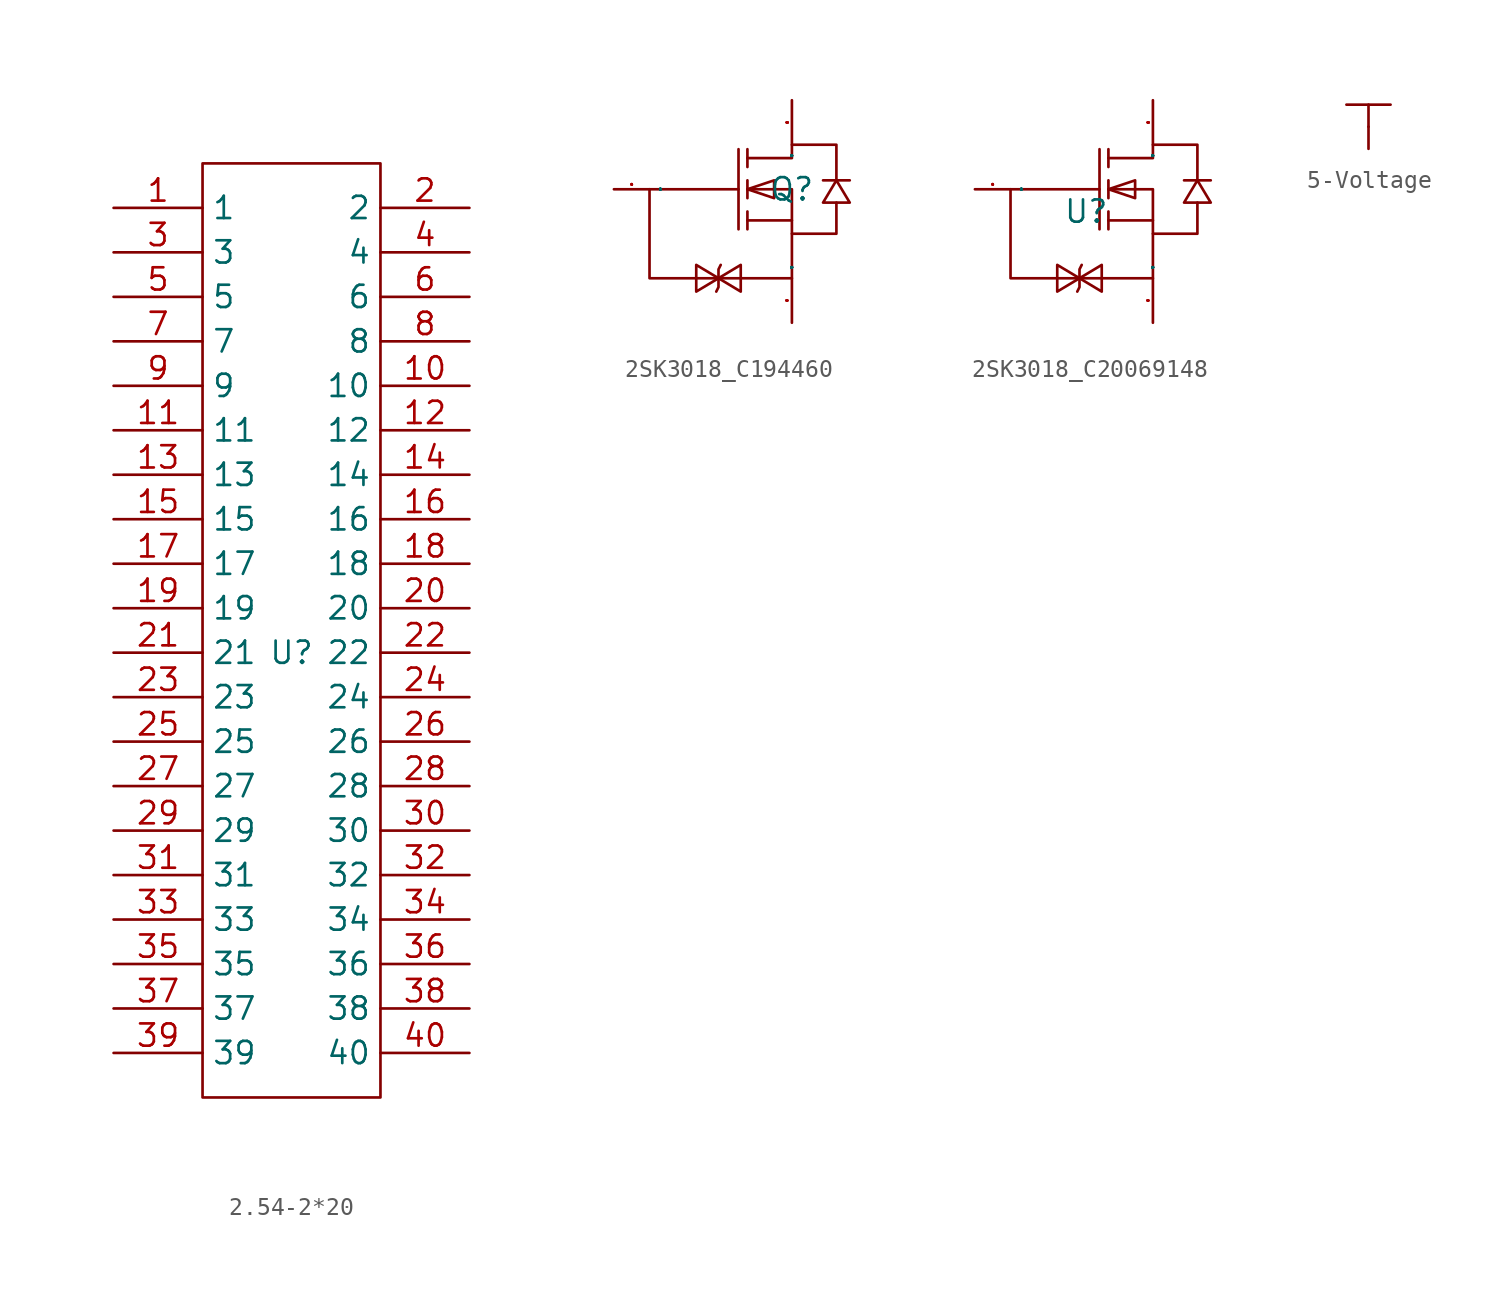
<source format=kicad_sym>
(kicad_symbol_lib
  (version 20241209)
  (generator "kicad_symbol_editor")
  (generator_version "9.0")
  (symbol "2.54-2*20"
    (property "Reference" "U"
      (at 0 0 0)
      (effects (font (size 1.27 1.27))))
    (property "Value" ""
      (at 0 0 0)
      (effects (font (size 1.27 1.27))))
    (symbol "2.54-2*20_1_0"
      (rectangle (start -5.08 -25.4) (end 5.08 27.94) (stroke (width 0) (type default)) (fill (type none)))
      (pin unspecified line (at -10.16 25.4 0) (length 5.08) (name "1" (effects (font (size 1.27 1.27)))) (number "1" (effects (font (size 1.27 1.27)))))
      (pin unspecified line (at -10.16 22.86 0) (length 5.08) (name "3" (effects (font (size 1.27 1.27)))) (number "3" (effects (font (size 1.27 1.27)))))
      (pin unspecified line (at -10.16 20.32 0) (length 5.08) (name "5" (effects (font (size 1.27 1.27)))) (number "5" (effects (font (size 1.27 1.27)))))
      (pin unspecified line (at -10.16 17.78 0) (length 5.08) (name "7" (effects (font (size 1.27 1.27)))) (number "7" (effects (font (size 1.27 1.27)))))
      (pin unspecified line (at -10.16 15.24 0) (length 5.08) (name "9" (effects (font (size 1.27 1.27)))) (number "9" (effects (font (size 1.27 1.27)))))
      (pin unspecified line (at -10.16 12.7 0) (length 5.08) (name "11" (effects (font (size 1.27 1.27)))) (number "11" (effects (font (size 1.27 1.27)))))
      (pin unspecified line (at -10.16 10.16 0) (length 5.08) (name "13" (effects (font (size 1.27 1.27)))) (number "13" (effects (font (size 1.27 1.27)))))
      (pin unspecified line (at -10.16 7.62 0) (length 5.08) (name "15" (effects (font (size 1.27 1.27)))) (number "15" (effects (font (size 1.27 1.27)))))
      (pin unspecified line (at -10.16 5.08 0) (length 5.08) (name "17" (effects (font (size 1.27 1.27)))) (number "17" (effects (font (size 1.27 1.27)))))
      (pin unspecified line (at -10.16 2.54 0) (length 5.08) (name "19" (effects (font (size 1.27 1.27)))) (number "19" (effects (font (size 1.27 1.27)))))
      (pin unspecified line (at -10.16 0 0) (length 5.08) (name "21" (effects (font (size 1.27 1.27)))) (number "21" (effects (font (size 1.27 1.27)))))
      (pin unspecified line (at -10.16 -2.54 0) (length 5.08) (name "23" (effects (font (size 1.27 1.27)))) (number "23" (effects (font (size 1.27 1.27)))))
      (pin unspecified line (at -10.16 -5.08 0) (length 5.08) (name "25" (effects (font (size 1.27 1.27)))) (number "25" (effects (font (size 1.27 1.27)))))
      (pin unspecified line (at -10.16 -7.62 0) (length 5.08) (name "27" (effects (font (size 1.27 1.27)))) (number "27" (effects (font (size 1.27 1.27)))))
      (pin unspecified line (at -10.16 -10.16 0) (length 5.08) (name "29" (effects (font (size 1.27 1.27)))) (number "29" (effects (font (size 1.27 1.27)))))
      (pin unspecified line (at -10.16 -12.7 0) (length 5.08) (name "31" (effects (font (size 1.27 1.27)))) (number "31" (effects (font (size 1.27 1.27)))))
      (pin unspecified line (at -10.16 -15.24 0) (length 5.08) (name "33" (effects (font (size 1.27 1.27)))) (number "33" (effects (font (size 1.27 1.27)))))
      (pin unspecified line (at -10.16 -17.78 0) (length 5.08) (name "35" (effects (font (size 1.27 1.27)))) (number "35" (effects (font (size 1.27 1.27)))))
      (pin unspecified line (at -10.16 -20.32 0) (length 5.08) (name "37" (effects (font (size 1.27 1.27)))) (number "37" (effects (font (size 1.27 1.27)))))
      (pin unspecified line (at -10.16 -22.86 0) (length 5.08) (name "39" (effects (font (size 1.27 1.27)))) (number "39" (effects (font (size 1.27 1.27)))))
      (pin unspecified line (at 10.16 25.4 180) (length 5.08) (name "2" (effects (font (size 1.27 1.27)))) (number "2" (effects (font (size 1.27 1.27)))))
      (pin unspecified line (at 10.16 22.86 180) (length 5.08) (name "4" (effects (font (size 1.27 1.27)))) (number "4" (effects (font (size 1.27 1.27)))))
      (pin unspecified line (at 10.16 20.32 180) (length 5.08) (name "6" (effects (font (size 1.27 1.27)))) (number "6" (effects (font (size 1.27 1.27)))))
      (pin unspecified line (at 10.16 17.78 180) (length 5.08) (name "8" (effects (font (size 1.27 1.27)))) (number "8" (effects (font (size 1.27 1.27)))))
      (pin unspecified line (at 10.16 15.24 180) (length 5.08) (name "10" (effects (font (size 1.27 1.27)))) (number "10" (effects (font (size 1.27 1.27)))))
      (pin unspecified line (at 10.16 12.7 180) (length 5.08) (name "12" (effects (font (size 1.27 1.27)))) (number "12" (effects (font (size 1.27 1.27)))))
      (pin unspecified line (at 10.16 10.16 180) (length 5.08) (name "14" (effects (font (size 1.27 1.27)))) (number "14" (effects (font (size 1.27 1.27)))))
      (pin unspecified line (at 10.16 7.62 180) (length 5.08) (name "16" (effects (font (size 1.27 1.27)))) (number "16" (effects (font (size 1.27 1.27)))))
      (pin unspecified line (at 10.16 5.08 180) (length 5.08) (name "18" (effects (font (size 1.27 1.27)))) (number "18" (effects (font (size 1.27 1.27)))))
      (pin unspecified line (at 10.16 2.54 180) (length 5.08) (name "20" (effects (font (size 1.27 1.27)))) (number "20" (effects (font (size 1.27 1.27)))))
      (pin unspecified line (at 10.16 0 180) (length 5.08) (name "22" (effects (font (size 1.27 1.27)))) (number "22" (effects (font (size 1.27 1.27)))))
      (pin unspecified line (at 10.16 -2.54 180) (length 5.08) (name "24" (effects (font (size 1.27 1.27)))) (number "24" (effects (font (size 1.27 1.27)))))
      (pin unspecified line (at 10.16 -5.08 180) (length 5.08) (name "26" (effects (font (size 1.27 1.27)))) (number "26" (effects (font (size 1.27 1.27)))))
      (pin unspecified line (at 10.16 -7.62 180) (length 5.08) (name "28" (effects (font (size 1.27 1.27)))) (number "28" (effects (font (size 1.27 1.27)))))
      (pin unspecified line (at 10.16 -10.16 180) (length 5.08) (name "30" (effects (font (size 1.27 1.27)))) (number "30" (effects (font (size 1.27 1.27)))))
      (pin unspecified line (at 10.16 -12.7 180) (length 5.08) (name "32" (effects (font (size 1.27 1.27)))) (number "32" (effects (font (size 1.27 1.27)))))
      (pin unspecified line (at 10.16 -15.24 180) (length 5.08) (name "34" (effects (font (size 1.27 1.27)))) (number "34" (effects (font (size 1.27 1.27)))))
      (pin unspecified line (at 10.16 -17.78 180) (length 5.08) (name "36" (effects (font (size 1.27 1.27)))) (number "36" (effects (font (size 1.27 1.27)))))
      (pin unspecified line (at 10.16 -20.32 180) (length 5.08) (name "38" (effects (font (size 1.27 1.27)))) (number "38" (effects (font (size 1.27 1.27)))))
      (pin unspecified line (at 10.16 -22.86 180) (length 5.08) (name "40" (effects (font (size 1.27 1.27)))) (number "40" (effects (font (size 1.27 1.27)))))))
  (symbol "2SK3018_C194460"
    (property "Reference" "Q"
      (at 0 0 0)
      (effects (font (size 1.27 1.27))))
    (property "Value" ""
      (at 0 0 0)
      (effects (font (size 1.27 1.27))))
    (symbol "2SK3018_C194460_1_0"
      (polyline (pts (xy -4.191 -5.08) (xy -5.461 -4.318) (xy -5.461 -4.318) (xy -5.461 -5.842) (xy -5.461 -5.842) (xy -4.191 -5.08)) (stroke (width 0) (type default)) (fill (type none)))
      (polyline (pts (xy -4.191 -5.08) (xy -2.921 -5.842) (xy -2.921 -5.842) (xy -2.921 -4.318) (xy -2.921 -4.318) (xy -4.191 -5.08)) (stroke (width 0) (type default)) (fill (type none)))
      (polyline (pts (xy -4.064 -4.318) (xy -4.191 -4.572) (xy -4.191 -4.572) (xy -4.191 -5.588) (xy -4.191 -5.588) (xy -4.318 -5.842)) (stroke (width 0) (type default)) (fill (type none)))
      (polyline (pts (xy -3.048 2.286) (xy -3.048 -2.286)) (stroke (width 0) (type default)) (fill (type none)))
      (polyline (pts (xy -3.048 0) (xy -8.128 0) (xy -8.128 0) (xy -8.128 -5.08) (xy -8.128 -5.08) (xy 0 -5.08) (xy 0 -5.08) (xy 0 -2.54)) (stroke (width 0) (type default)) (fill (type none)))
      (polyline (pts (xy -2.54 2.286) (xy -2.54 1.27)) (stroke (width 0) (type default)) (fill (type none)))
      (polyline (pts (xy -2.54 1.778) (xy 0 1.778) (xy 0 1.778) (xy 0 2.54) (xy 0 2.54) (xy 2.54 2.54) (xy 2.54 2.54) (xy 2.54 0.508)) (stroke (width 0) (type default)) (fill (type none)))
      (polyline (pts (xy -2.54 0) (xy -1.016 -0.508) (xy -1.016 -0.508) (xy -1.016 0.508) (xy -1.016 0.508) (xy -2.54 0)) (stroke (width 0) (type default)) (fill (type none)))
      (polyline (pts (xy -2.54 0) (xy 0 0) (xy 0 0) (xy 0 -2.54) (xy 0 -2.54) (xy 2.54 -2.54) (xy 2.54 -2.54) (xy 2.54 -0.762)) (stroke (width 0) (type default)) (fill (type none)))
      (polyline (pts (xy -2.54 -0.508) (xy -2.54 0.508)) (stroke (width 0) (type default)) (fill (type none)))
      (polyline (pts (xy -2.54 -2.286) (xy -2.54 -1.27)) (stroke (width 0) (type default)) (fill (type none)))
      (polyline (pts (xy 0 -1.778) (xy -2.54 -1.778)) (stroke (width 0) (type default)) (fill (type none)))
      (polyline (pts (xy 2.54 0.508) (xy 1.778 -0.762) (xy 1.778 -0.762) (xy 3.302 -0.762) (xy 3.302 -0.762) (xy 2.54 0.508)) (stroke (width 0) (type default)) (fill (type none)))
      (polyline (pts (xy 3.302 0.508) (xy 3.048 0.508) (xy 3.048 0.508) (xy 2.032 0.508) (xy 2.032 0.508) (xy 1.778 0.508)) (stroke (width 0) (type default)) (fill (type none)))
      (pin unspecified line (at -10.16 0 0) (length 2.032) (name "G" (effects (font (size 0.025 0.025)))) (number "1" (effects (font (size 0.025 0.025)))))
      (pin unspecified line (at 0 5.08 270) (length 2.54) (name "D" (effects (font (size 0.025 0.025)))) (number "3" (effects (font (size 0.025 0.025)))))
      (pin unspecified line (at 0 -7.62 90) (length 2.54) (name "S" (effects (font (size 0.025 0.025)))) (number "2" (effects (font (size 0.025 0.025)))))))
  (symbol "2SK3018_C20069148"
    (property "Reference" "U"
      (at 0 0 0)
      (effects (font (size 1.27 1.27))))
    (property "Value" ""
      (at 0 0 0)
      (effects (font (size 1.27 1.27))))
    (symbol "2SK3018_C20069148_1_0"
      (polyline (pts (xy -0.381 -3.81) (xy -1.651 -3.048) (xy -1.651 -3.048) (xy -1.651 -4.572) (xy -1.651 -4.572) (xy -0.381 -3.81)) (stroke (width 0) (type default)) (fill (type none)))
      (polyline (pts (xy -0.381 -3.81) (xy 0.889 -4.572) (xy 0.889 -4.572) (xy 0.889 -3.048) (xy 0.889 -3.048) (xy -0.381 -3.81)) (stroke (width 0) (type default)) (fill (type none)))
      (polyline (pts (xy -0.254 -3.048) (xy -0.381 -3.302) (xy -0.381 -3.302) (xy -0.381 -4.318) (xy -0.381 -4.318) (xy -0.508 -4.572)) (stroke (width 0) (type default)) (fill (type none)))
      (polyline (pts (xy 0.762 3.556) (xy 0.762 -1.016)) (stroke (width 0) (type default)) (fill (type none)))
      (polyline (pts (xy 0.762 1.27) (xy -4.318 1.27) (xy -4.318 1.27) (xy -4.318 -3.81) (xy -4.318 -3.81) (xy 3.81 -3.81) (xy 3.81 -3.81) (xy 3.81 -1.27)) (stroke (width 0) (type default)) (fill (type none)))
      (polyline (pts (xy 1.27 3.556) (xy 1.27 2.54)) (stroke (width 0) (type default)) (fill (type none)))
      (polyline (pts (xy 1.27 3.048) (xy 3.81 3.048) (xy 3.81 3.048) (xy 3.81 3.81) (xy 3.81 3.81) (xy 6.35 3.81) (xy 6.35 3.81) (xy 6.35 1.778)) (stroke (width 0) (type default)) (fill (type none)))
      (polyline (pts (xy 1.27 1.27) (xy 2.794 0.762) (xy 2.794 0.762) (xy 2.794 1.778) (xy 2.794 1.778) (xy 1.27 1.27)) (stroke (width 0) (type default)) (fill (type none)))
      (polyline (pts (xy 1.27 1.27) (xy 3.81 1.27) (xy 3.81 1.27) (xy 3.81 -1.27) (xy 3.81 -1.27) (xy 6.35 -1.27) (xy 6.35 -1.27) (xy 6.35 0.508)) (stroke (width 0) (type default)) (fill (type none)))
      (polyline (pts (xy 1.27 0.762) (xy 1.27 1.778)) (stroke (width 0) (type default)) (fill (type none)))
      (polyline (pts (xy 1.27 -1.016) (xy 1.27 0)) (stroke (width 0) (type default)) (fill (type none)))
      (polyline (pts (xy 3.81 -0.508) (xy 1.27 -0.508)) (stroke (width 0) (type default)) (fill (type none)))
      (polyline (pts (xy 6.35 1.778) (xy 5.588 0.508) (xy 5.588 0.508) (xy 7.112 0.508) (xy 7.112 0.508) (xy 6.35 1.778)) (stroke (width 0) (type default)) (fill (type none)))
      (polyline (pts (xy 7.112 1.778) (xy 6.858 1.778) (xy 6.858 1.778) (xy 5.842 1.778) (xy 5.842 1.778) (xy 5.588 1.778)) (stroke (width 0) (type default)) (fill (type none)))
      (pin unspecified line (at -6.35 1.27 0) (length 2.032) (name "G" (effects (font (size 0.025 0.025)))) (number "1" (effects (font (size 0.025 0.025)))))
      (pin unspecified line (at 3.81 6.35 270) (length 2.54) (name "D" (effects (font (size 0.025 0.025)))) (number "3" (effects (font (size 0.025 0.025)))))
      (pin unspecified line (at 3.81 -6.35 90) (length 2.54) (name "S" (effects (font (size 0.025 0.025)))) (number "2" (effects (font (size 0.025 0.025)))))))
  (symbol "5-Voltage"
    (power)
    (pin_numbers
      (hide yes))
    (pin_names
      (hide yes))
    (property "Reference" "#PWR"
      (at 0 0 0)
      (effects (font (size 1.27 1.27)) (hide yes)))
    (property "Value" ""
      (at 0 3.81 0)
      (effects (font (size 1.27 1.27))))
    (symbol "5-Voltage_1_0"
      (polyline (pts (xy -1.27 2.54) (xy 1.27 2.54)) (stroke (width 0) (type default)) (fill (type none)))
      (polyline (pts (xy 0 2.54) (xy 0 1.27)) (stroke (width 0) (type default)) (fill (type none)))
      (pin power_in line (at 0 0 90) (length 1.27) (name "" (effects (font (size 1.27 1.27)))) (number "1" (effects (font (size 0.025 0.025))))))))
</source>
